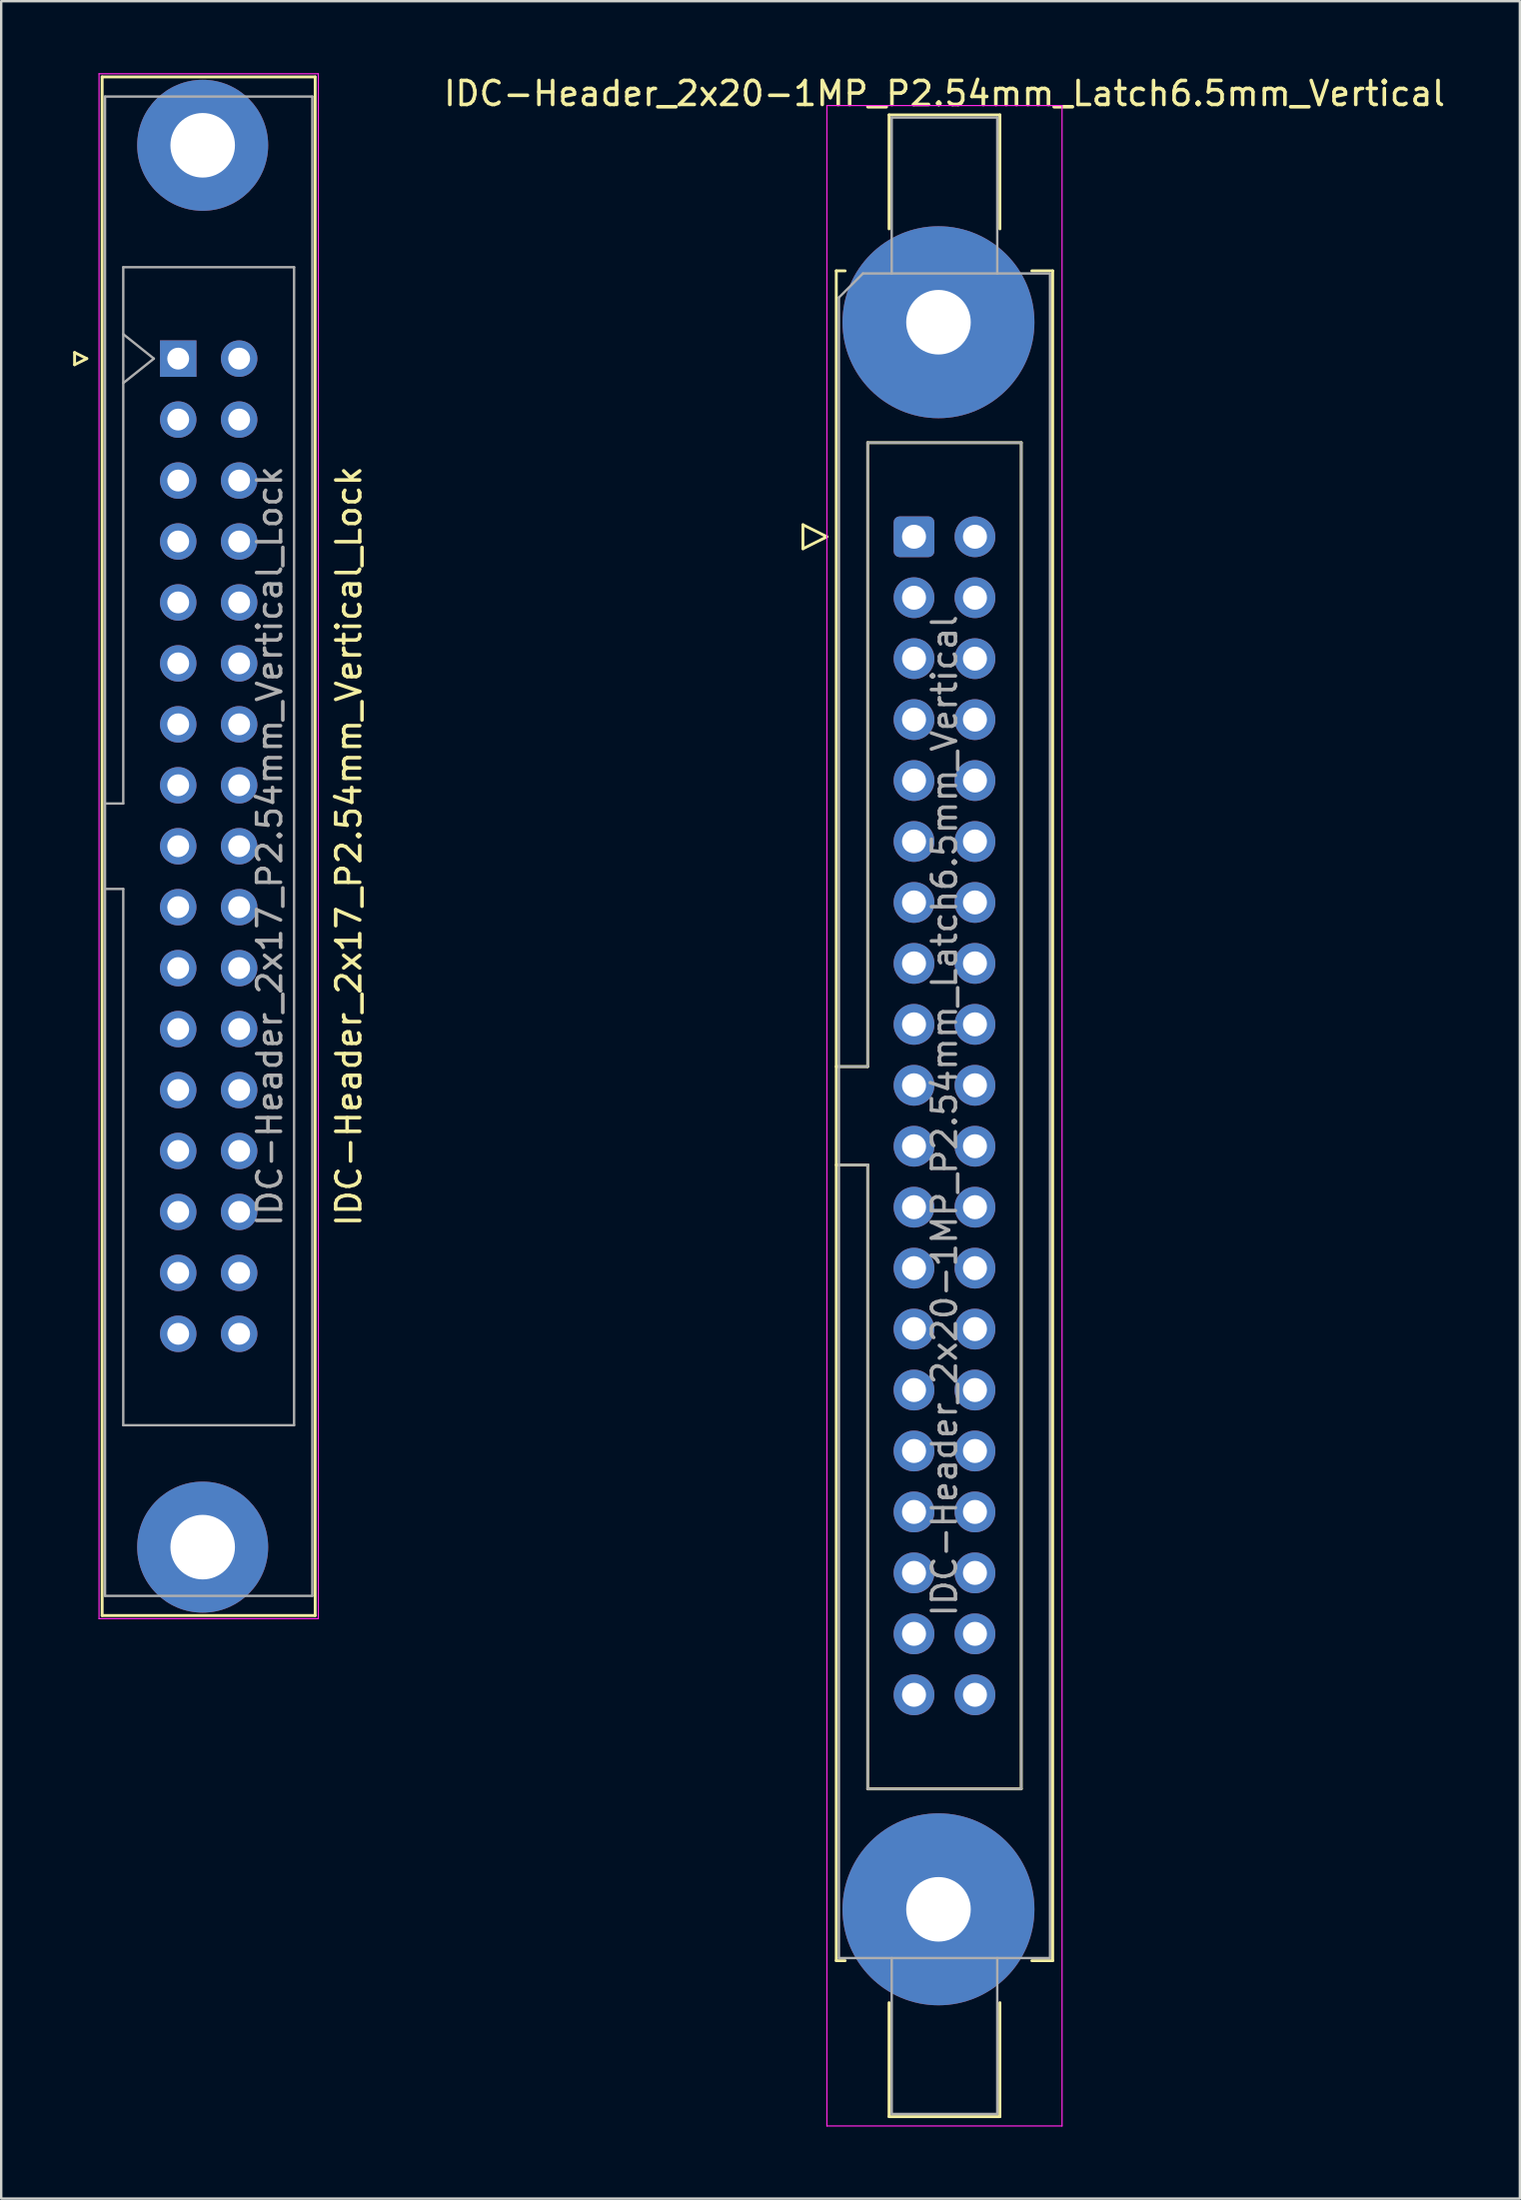
<source format=kicad_pcb>
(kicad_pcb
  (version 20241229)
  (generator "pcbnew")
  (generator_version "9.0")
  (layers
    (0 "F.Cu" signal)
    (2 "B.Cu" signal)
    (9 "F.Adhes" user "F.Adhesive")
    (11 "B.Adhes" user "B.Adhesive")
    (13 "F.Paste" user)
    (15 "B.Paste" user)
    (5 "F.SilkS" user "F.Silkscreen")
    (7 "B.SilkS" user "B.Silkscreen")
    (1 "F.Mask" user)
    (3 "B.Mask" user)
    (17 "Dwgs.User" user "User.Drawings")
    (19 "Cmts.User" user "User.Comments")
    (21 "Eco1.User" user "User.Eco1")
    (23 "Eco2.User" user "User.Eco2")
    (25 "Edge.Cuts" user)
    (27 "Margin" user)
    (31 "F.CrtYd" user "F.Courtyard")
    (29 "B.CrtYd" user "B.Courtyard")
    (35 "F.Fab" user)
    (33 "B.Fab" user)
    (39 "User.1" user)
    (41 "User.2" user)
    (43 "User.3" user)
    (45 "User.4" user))
  (footprint "IDC-Header_2x17_P2.54mm_Vertical_Lock"
    (layer "F.Cu")
    (at 4.378 11.895)
    (property "Reference" "IDC-Header_2x17_P2.54mm_Vertical_Lock" (at 7.11 20.32 270) (layer "F.SilkS") (effects (font (size 1 1) (thickness 0.15))))
    (attr through_hole)
    (fp_line (start -4.318 -0.254) (end -4.318 0.254) (stroke (width 0.12) (type solid)) (layer "F.SilkS"))
    (fp_line (start -4.318 0.254) (end -3.81 0) (stroke (width 0.12) (type solid)) (layer "F.SilkS"))
    (fp_line (start -3.81 0) (end -4.318 -0.254) (stroke (width 0.12) (type solid)) (layer "F.SilkS"))
    (fp_line (start -3.17 52.38) (end -3.17 -11.74) (stroke (width 0.12) (type solid)) (layer "F.SilkS"))
    (fp_line (start -3.17 52.38) (end 5.71 52.38) (stroke (width 0.12) (type solid)) (layer "F.SilkS"))
    (fp_line (start 5.71 -11.74) (end -3.17 -11.74) (stroke (width 0.12) (type solid)) (layer "F.SilkS"))
    (fp_line (start 5.71 -11.74) (end 5.71 52.38) (stroke (width 0.12) (type solid)) (layer "F.SilkS"))
    (fp_line (start -3.3 52.51) (end -3.3 -11.87) (stroke (width 0.05) (type solid)) (layer "F.CrtYd"))
    (fp_line (start -3.3 52.51) (end 5.84 52.51) (stroke (width 0.05) (type solid)) (layer "F.CrtYd"))
    (fp_line (start 5.84 -11.87) (end -3.3 -11.87) (stroke (width 0.05) (type solid)) (layer "F.CrtYd"))
    (fp_line (start 5.84 -11.87) (end 5.84 52.51) (stroke (width 0.05) (type solid)) (layer "F.CrtYd"))
    (fp_line (start -3.05 -10.92) (end -3.05 51.56) (stroke (width 0.1) (type solid)) (layer "F.Fab"))
    (fp_line (start -3.05 18.54) (end -2.29 18.54) (stroke (width 0.1) (type solid)) (layer "F.Fab"))
    (fp_line (start -3.05 51.56) (end 5.59 51.56) (stroke (width 0.1) (type solid)) (layer "F.Fab"))
    (fp_line (start -2.29 -3.81) (end 4.83 -3.81) (stroke (width 0.1) (type solid)) (layer "F.Fab"))
    (fp_line (start -2.29 18.54) (end -2.29 -3.81) (stroke (width 0.1) (type solid)) (layer "F.Fab"))
    (fp_line (start -2.29 22.1) (end -3.05 22.1) (stroke (width 0.1) (type solid)) (layer "F.Fab"))
    (fp_line (start -2.29 44.45) (end -2.29 22.1) (stroke (width 0.1) (type solid)) (layer "F.Fab"))
    (fp_line (start -2.286 -1.016) (end -1.016 0) (stroke (width 0.1) (type solid)) (layer "F.Fab"))
    (fp_line (start -1.016 0) (end -2.286 1.016) (stroke (width 0.1) (type solid)) (layer "F.Fab"))
    (fp_line (start 4.83 -3.81) (end 4.83 44.45) (stroke (width 0.1) (type solid)) (layer "F.Fab"))
    (fp_line (start 4.83 44.45) (end -2.29 44.45) (stroke (width 0.1) (type solid)) (layer "F.Fab"))
    (fp_line (start 5.59 -10.92) (end -3.05 -10.92) (stroke (width 0.1) (type solid)) (layer "F.Fab"))
    (fp_line (start 5.59 51.56) (end 5.59 -10.92) (stroke (width 0.1) (type solid)) (layer "F.Fab"))
    (fp_text user "${REFERENCE}" (at 3.81 20.32 90) (layer "F.Fab") (effects (font (size 1 1) (thickness 0.15))))
    (pad "" thru_hole circle (at 1.02 -8.89 270) (size 5.46 5.46) (drill 2.69) (layers "*.Cu" "*.Mask"))
    (pad "" thru_hole circle (at 1.02 49.53 270) (size 5.46 5.46) (drill 2.69) (layers "*.Cu" "*.Mask"))
    (pad "1" thru_hole rect (at 0 0 270) (size 1.52 1.52) (drill 0.91) (layers "*.Cu" "*.Mask"))
    (pad "2" thru_hole circle (at 2.54 0 270) (size 1.52 1.52) (drill 0.91) (layers "*.Cu" "*.Mask"))
    (pad "3" thru_hole circle (at 0 2.54 270) (size 1.52 1.52) (drill 0.91) (layers "*.Cu" "*.Mask"))
    (pad "4" thru_hole circle (at 2.54 2.54 270) (size 1.52 1.52) (drill 0.91) (layers "*.Cu" "*.Mask"))
    (pad "5" thru_hole circle (at 0 5.08 270) (size 1.52 1.52) (drill 0.91) (layers "*.Cu" "*.Mask"))
    (pad "6" thru_hole circle (at 2.54 5.08 270) (size 1.52 1.52) (drill 0.91) (layers "*.Cu" "*.Mask"))
    (pad "7" thru_hole circle (at 0 7.62 270) (size 1.52 1.52) (drill 0.91) (layers "*.Cu" "*.Mask"))
    (pad "8" thru_hole circle (at 2.54 7.62 270) (size 1.52 1.52) (drill 0.91) (layers "*.Cu" "*.Mask"))
    (pad "9" thru_hole circle (at 0 10.16 270) (size 1.52 1.52) (drill 0.91) (layers "*.Cu" "*.Mask"))
    (pad "10" thru_hole circle (at 2.54 10.16 270) (size 1.52 1.52) (drill 0.91) (layers "*.Cu" "*.Mask"))
    (pad "11" thru_hole circle (at 0 12.7 270) (size 1.52 1.52) (drill 0.91) (layers "*.Cu" "*.Mask"))
    (pad "12" thru_hole circle (at 2.54 12.7 270) (size 1.52 1.52) (drill 0.91) (layers "*.Cu" "*.Mask"))
    (pad "13" thru_hole circle (at 0 15.24 270) (size 1.52 1.52) (drill 0.91) (layers "*.Cu" "*.Mask"))
    (pad "14" thru_hole circle (at 2.54 15.24 270) (size 1.52 1.52) (drill 0.91) (layers "*.Cu" "*.Mask"))
    (pad "15" thru_hole circle (at 0 17.78 270) (size 1.52 1.52) (drill 0.91) (layers "*.Cu" "*.Mask"))
    (pad "16" thru_hole circle (at 2.54 17.78 270) (size 1.52 1.52) (drill 0.91) (layers "*.Cu" "*.Mask"))
    (pad "17" thru_hole circle (at 0 20.32 270) (size 1.52 1.52) (drill 0.91) (layers "*.Cu" "*.Mask"))
    (pad "18" thru_hole circle (at 2.54 20.32 270) (size 1.52 1.52) (drill 0.91) (layers "*.Cu" "*.Mask"))
    (pad "19" thru_hole circle (at 0 22.86 270) (size 1.52 1.52) (drill 0.91) (layers "*.Cu" "*.Mask"))
    (pad "20" thru_hole circle (at 2.54 22.86 270) (size 1.52 1.52) (drill 0.91) (layers "*.Cu" "*.Mask"))
    (pad "21" thru_hole circle (at 0 25.4 270) (size 1.52 1.52) (drill 0.91) (layers "*.Cu" "*.Mask"))
    (pad "22" thru_hole circle (at 2.54 25.4 270) (size 1.52 1.52) (drill 0.91) (layers "*.Cu" "*.Mask"))
    (pad "23" thru_hole circle (at 0 27.94 270) (size 1.52 1.52) (drill 0.91) (layers "*.Cu" "*.Mask"))
    (pad "24" thru_hole circle (at 2.54 27.94 270) (size 1.52 1.52) (drill 0.91) (layers "*.Cu" "*.Mask"))
    (pad "25" thru_hole circle (at 0 30.48 270) (size 1.52 1.52) (drill 0.91) (layers "*.Cu" "*.Mask"))
    (pad "26" thru_hole circle (at 2.54 30.48 270) (size 1.52 1.52) (drill 0.91) (layers "*.Cu" "*.Mask"))
    (pad "27" thru_hole circle (at 0 33.02 270) (size 1.52 1.52) (drill 0.91) (layers "*.Cu" "*.Mask"))
    (pad "28" thru_hole circle (at 2.54 33.02 270) (size 1.52 1.52) (drill 0.91) (layers "*.Cu" "*.Mask"))
    (pad "29" thru_hole circle (at 0 35.56 270) (size 1.52 1.52) (drill 0.91) (layers "*.Cu" "*.Mask"))
    (pad "30" thru_hole circle (at 2.54 35.56 270) (size 1.52 1.52) (drill 0.91) (layers "*.Cu" "*.Mask"))
    (pad "31" thru_hole circle (at 0 38.1 270) (size 1.52 1.52) (drill 0.91) (layers "*.Cu" "*.Mask"))
    (pad "32" thru_hole circle (at 2.54 38.1 270) (size 1.52 1.52) (drill 0.91) (layers "*.Cu" "*.Mask"))
    (pad "33" thru_hole circle (at 0 40.64 270) (size 1.52 1.52) (drill 0.91) (layers "*.Cu" "*.Mask"))
    (pad "34" thru_hole circle (at 2.54 40.64 270) (size 1.52 1.52) (drill 0.91) (layers "*.Cu" "*.Mask")))
  (footprint "IDC-Header_2x20-1MP_P2.54mm_Latch6.5mm_Vertical"
    (layer "F.Cu")
    (at 35.048 19.318)
    (property "Reference" "IDC-Header_2x20-1MP_P2.54mm_Latch6.5mm_Vertical" (at 1.27 -18.47 0) (layer "F.SilkS") (effects (font (size 1 1) (thickness 0.15))))
    (attr through_hole)
    (fp_line (start -4.63 -0.5) (end -4.63 0.5) (stroke (width 0.12) (type solid)) (layer "F.SilkS"))
    (fp_line (start -4.63 0.5) (end -3.63 0) (stroke (width 0.12) (type solid)) (layer "F.SilkS"))
    (fp_line (start -3.63 0) (end -4.63 -0.5) (stroke (width 0.12) (type solid)) (layer "F.SilkS"))
    (fp_line (start -3.24 -11.08) (end -3.24 59.34) (stroke (width 0.12) (type solid)) (layer "F.SilkS"))
    (fp_line (start -3.24 22.08) (end -1.93 22.08) (stroke (width 0.12) (type solid)) (layer "F.SilkS"))
    (fp_line (start -3.24 59.34) (end -2.87 59.34) (stroke (width 0.12) (type solid)) (layer "F.SilkS"))
    (fp_line (start -2.87 -11.08) (end -3.24 -11.08) (stroke (width 0.12) (type solid)) (layer "F.SilkS"))
    (fp_line (start -1.93 -3.92) (end 4.47 -3.92) (stroke (width 0.12) (type solid)) (layer "F.SilkS"))
    (fp_line (start -1.93 22.08) (end -1.93 -3.92) (stroke (width 0.12) (type solid)) (layer "F.SilkS"))
    (fp_line (start -1.93 26.18) (end -3.24 26.18) (stroke (width 0.12) (type solid)) (layer "F.SilkS"))
    (fp_line (start -1.93 26.18) (end -1.93 26.18) (stroke (width 0.12) (type solid)) (layer "F.SilkS"))
    (fp_line (start -1.93 52.18) (end -1.93 26.18) (stroke (width 0.12) (type solid)) (layer "F.SilkS"))
    (fp_line (start -1.04 -17.58) (end 3.58 -17.58) (stroke (width 0.12) (type solid)) (layer "F.SilkS"))
    (fp_line (start -1.04 -12.83) (end -1.04 -17.58) (stroke (width 0.12) (type solid)) (layer "F.SilkS"))
    (fp_line (start -1.04 61.09) (end -1.04 65.84) (stroke (width 0.12) (type solid)) (layer "F.SilkS"))
    (fp_line (start -1.04 65.84) (end 3.58 65.84) (stroke (width 0.12) (type solid)) (layer "F.SilkS"))
    (fp_line (start 3.58 -17.58) (end 3.58 -12.83) (stroke (width 0.12) (type solid)) (layer "F.SilkS"))
    (fp_line (start 3.58 65.84) (end 3.58 61.09) (stroke (width 0.12) (type solid)) (layer "F.SilkS"))
    (fp_line (start 4.47 -3.92) (end 4.47 52.18) (stroke (width 0.12) (type solid)) (layer "F.SilkS"))
    (fp_line (start 4.47 52.18) (end -1.93 52.18) (stroke (width 0.12) (type solid)) (layer "F.SilkS"))
    (fp_line (start 4.91 -11.08) (end 5.78 -11.08) (stroke (width 0.12) (type solid)) (layer "F.SilkS"))
    (fp_line (start 5.78 -11.08) (end 5.78 59.34) (stroke (width 0.12) (type solid)) (layer "F.SilkS"))
    (fp_line (start 5.78 59.34) (end 4.91 59.34) (stroke (width 0.12) (type solid)) (layer "F.SilkS"))
    (fp_line (start -3.63 -17.97) (end -3.63 66.23) (stroke (width 0.05) (type solid)) (layer "F.CrtYd"))
    (fp_line (start -3.63 66.23) (end 6.17 66.23) (stroke (width 0.05) (type solid)) (layer "F.CrtYd"))
    (fp_line (start 6.17 -17.97) (end -3.63 -17.97) (stroke (width 0.05) (type solid)) (layer "F.CrtYd"))
    (fp_line (start 6.17 66.23) (end 6.17 -17.97) (stroke (width 0.05) (type solid)) (layer "F.CrtYd"))
    (fp_line (start -3.13 -9.97) (end -2.13 -10.97) (stroke (width 0.1) (type solid)) (layer "F.Fab"))
    (fp_line (start -3.13 22.08) (end -1.93 22.08) (stroke (width 0.1) (type solid)) (layer "F.Fab"))
    (fp_line (start -3.13 59.23) (end -3.13 -9.97) (stroke (width 0.1) (type solid)) (layer "F.Fab"))
    (fp_line (start -2.13 -10.97) (end 5.67 -10.97) (stroke (width 0.1) (type solid)) (layer "F.Fab"))
    (fp_line (start -1.93 -3.92) (end 4.47 -3.92) (stroke (width 0.1) (type solid)) (layer "F.Fab"))
    (fp_line (start -1.93 22.08) (end -1.93 -3.92) (stroke (width 0.1) (type solid)) (layer "F.Fab"))
    (fp_line (start -1.93 26.18) (end -3.13 26.18) (stroke (width 0.1) (type solid)) (layer "F.Fab"))
    (fp_line (start -1.93 26.18) (end -1.93 26.18) (stroke (width 0.1) (type solid)) (layer "F.Fab"))
    (fp_line (start -1.93 52.18) (end -1.93 26.18) (stroke (width 0.1) (type solid)) (layer "F.Fab"))
    (fp_line (start -0.93 -17.47) (end 3.47 -17.47) (stroke (width 0.1) (type solid)) (layer "F.Fab"))
    (fp_line (start -0.93 -10.97) (end -0.93 -17.47) (stroke (width 0.1) (type solid)) (layer "F.Fab"))
    (fp_line (start -0.93 59.23) (end -0.93 65.73) (stroke (width 0.1) (type solid)) (layer "F.Fab"))
    (fp_line (start -0.93 65.73) (end 3.47 65.73) (stroke (width 0.1) (type solid)) (layer "F.Fab"))
    (fp_line (start 3.47 -17.47) (end 3.47 -10.97) (stroke (width 0.1) (type solid)) (layer "F.Fab"))
    (fp_line (start 3.47 65.73) (end 3.47 59.23) (stroke (width 0.1) (type solid)) (layer "F.Fab"))
    (fp_line (start 4.47 -3.92) (end 4.47 52.18) (stroke (width 0.1) (type solid)) (layer "F.Fab"))
    (fp_line (start 4.47 52.18) (end -1.93 52.18) (stroke (width 0.1) (type solid)) (layer "F.Fab"))
    (fp_line (start 5.67 -10.97) (end 5.67 59.23) (stroke (width 0.1) (type solid)) (layer "F.Fab"))
    (fp_line (start 5.67 59.23) (end -3.13 59.23) (stroke (width 0.1) (type solid)) (layer "F.Fab"))
    (fp_text user "${REFERENCE}" (at 1.27 24.13 90) (layer "F.Fab") (effects (font (size 1 1) (thickness 0.15))))
    (pad "1" thru_hole roundrect (at 0 0) (size 1.7 1.7) (drill 1) (layers "*.Cu" "*.Mask") (roundrect_rratio 0.147))
    (pad "2" thru_hole circle (at 2.54 0) (size 1.7 1.7) (drill 1) (layers "*.Cu" "*.Mask"))
    (pad "3" thru_hole circle (at 0 2.54) (size 1.7 1.7) (drill 1) (layers "*.Cu" "*.Mask"))
    (pad "4" thru_hole circle (at 2.54 2.54) (size 1.7 1.7) (drill 1) (layers "*.Cu" "*.Mask"))
    (pad "5" thru_hole circle (at 0 5.08) (size 1.7 1.7) (drill 1) (layers "*.Cu" "*.Mask"))
    (pad "6" thru_hole circle (at 2.54 5.08) (size 1.7 1.7) (drill 1) (layers "*.Cu" "*.Mask"))
    (pad "7" thru_hole circle (at 0 7.62) (size 1.7 1.7) (drill 1) (layers "*.Cu" "*.Mask"))
    (pad "8" thru_hole circle (at 2.54 7.62) (size 1.7 1.7) (drill 1) (layers "*.Cu" "*.Mask"))
    (pad "9" thru_hole circle (at 0 10.16) (size 1.7 1.7) (drill 1) (layers "*.Cu" "*.Mask"))
    (pad "10" thru_hole circle (at 2.54 10.16) (size 1.7 1.7) (drill 1) (layers "*.Cu" "*.Mask"))
    (pad "11" thru_hole circle (at 0 12.7) (size 1.7 1.7) (drill 1) (layers "*.Cu" "*.Mask"))
    (pad "12" thru_hole circle (at 2.54 12.7) (size 1.7 1.7) (drill 1) (layers "*.Cu" "*.Mask"))
    (pad "13" thru_hole circle (at 0 15.24) (size 1.7 1.7) (drill 1) (layers "*.Cu" "*.Mask"))
    (pad "14" thru_hole circle (at 2.54 15.24) (size 1.7 1.7) (drill 1) (layers "*.Cu" "*.Mask"))
    (pad "15" thru_hole circle (at 0 17.78) (size 1.7 1.7) (drill 1) (layers "*.Cu" "*.Mask"))
    (pad "16" thru_hole circle (at 2.54 17.78) (size 1.7 1.7) (drill 1) (layers "*.Cu" "*.Mask"))
    (pad "17" thru_hole circle (at 0 20.32) (size 1.7 1.7) (drill 1) (layers "*.Cu" "*.Mask"))
    (pad "18" thru_hole circle (at 2.54 20.32) (size 1.7 1.7) (drill 1) (layers "*.Cu" "*.Mask"))
    (pad "19" thru_hole circle (at 0 22.86) (size 1.7 1.7) (drill 1) (layers "*.Cu" "*.Mask"))
    (pad "20" thru_hole circle (at 2.54 22.86) (size 1.7 1.7) (drill 1) (layers "*.Cu" "*.Mask"))
    (pad "21" thru_hole circle (at 0 25.4) (size 1.7 1.7) (drill 1) (layers "*.Cu" "*.Mask"))
    (pad "22" thru_hole circle (at 2.54 25.4) (size 1.7 1.7) (drill 1) (layers "*.Cu" "*.Mask"))
    (pad "23" thru_hole circle (at 0 27.94) (size 1.7 1.7) (drill 1) (layers "*.Cu" "*.Mask"))
    (pad "24" thru_hole circle (at 2.54 27.94) (size 1.7 1.7) (drill 1) (layers "*.Cu" "*.Mask"))
    (pad "25" thru_hole circle (at 0 30.48) (size 1.7 1.7) (drill 1) (layers "*.Cu" "*.Mask"))
    (pad "26" thru_hole circle (at 2.54 30.48) (size 1.7 1.7) (drill 1) (layers "*.Cu" "*.Mask"))
    (pad "27" thru_hole circle (at 0 33.02) (size 1.7 1.7) (drill 1) (layers "*.Cu" "*.Mask"))
    (pad "28" thru_hole circle (at 2.54 33.02) (size 1.7 1.7) (drill 1) (layers "*.Cu" "*.Mask"))
    (pad "29" thru_hole circle (at 0 35.56) (size 1.7 1.7) (drill 1) (layers "*.Cu" "*.Mask"))
    (pad "30" thru_hole circle (at 2.54 35.56) (size 1.7 1.7) (drill 1) (layers "*.Cu" "*.Mask"))
    (pad "31" thru_hole circle (at 0 38.1) (size 1.7 1.7) (drill 1) (layers "*.Cu" "*.Mask"))
    (pad "32" thru_hole circle (at 2.54 38.1) (size 1.7 1.7) (drill 1) (layers "*.Cu" "*.Mask"))
    (pad "33" thru_hole circle (at 0 40.64) (size 1.7 1.7) (drill 1) (layers "*.Cu" "*.Mask"))
    (pad "34" thru_hole circle (at 2.54 40.64) (size 1.7 1.7) (drill 1) (layers "*.Cu" "*.Mask"))
    (pad "35" thru_hole circle (at 0 43.18) (size 1.7 1.7) (drill 1) (layers "*.Cu" "*.Mask"))
    (pad "36" thru_hole circle (at 2.54 43.18) (size 1.7 1.7) (drill 1) (layers "*.Cu" "*.Mask"))
    (pad "37" thru_hole circle (at 0 45.72) (size 1.7 1.7) (drill 1) (layers "*.Cu" "*.Mask"))
    (pad "38" thru_hole circle (at 2.54 45.72) (size 1.7 1.7) (drill 1) (layers "*.Cu" "*.Mask"))
    (pad "39" thru_hole circle (at 0 48.26) (size 1.7 1.7) (drill 1) (layers "*.Cu" "*.Mask"))
    (pad "40" thru_hole circle (at 2.54 48.26) (size 1.7 1.7) (drill 1) (layers "*.Cu" "*.Mask"))
    (pad "MP" thru_hole circle (at 1.02 -8.94) (size 8 8) (drill 2.69) (layers "*.Cu" "*.Mask"))
    (pad "MP" thru_hole circle (at 1.02 57.2) (size 8 8) (drill 2.69) (layers "*.Cu" "*.Mask")))
  (gr_rect
    (start -3 -3)
    (end 60.301 88.573)
    (stroke (width 0.1) (type default))
    (fill no)
    (layer "Edge.Cuts")))
</source>
